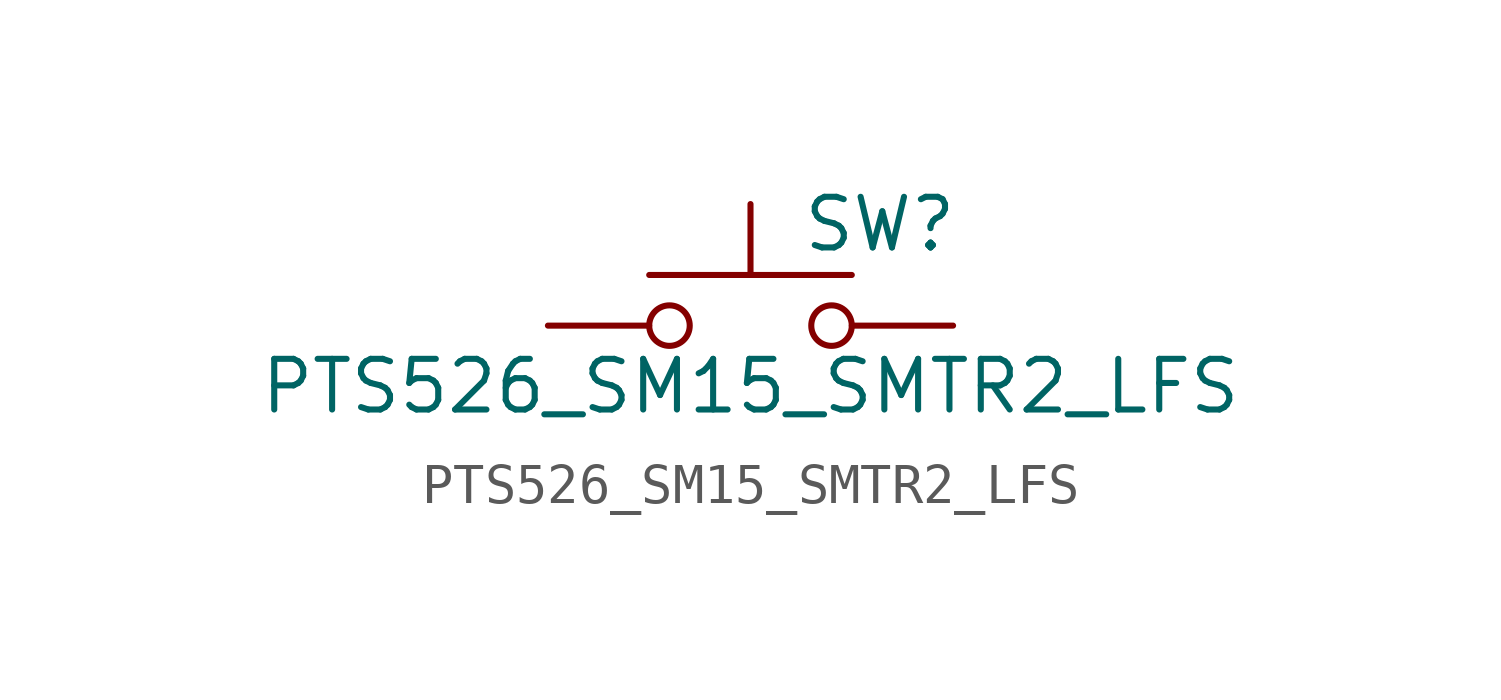
<source format=kicad_sym>
(kicad_symbol_lib
  (version 20211014)
  (generator kicad_symbol_editor)
  (symbol "PTS526_SM15_SMTR2_LFS"
    (pin_numbers hide)
    (pin_names
      (offset 1.016) hide)
    (property "Reference" "SW"
      (at 1.27 2.54 0)
      (effects (font (size 1.27 1.27)) (justify left)))
    (property "Value" "PTS526_SM15_SMTR2_LFS"
      (at 0 -1.524 0)
      (effects (font (size 1.27 1.27))))
    (symbol "PTS526_SM15_SMTR2_LFS_0_1"
      (circle (center -2.032 0) (radius 0.508) (stroke (width 0) (type default) (color 0 0 0 0)) (fill (type none)))
      (polyline (pts (xy 0 1.27) (xy 0 3.048)) (stroke (width 0) (type default) (color 0 0 0 0)) (fill (type none)))
      (polyline (pts (xy 2.54 1.27) (xy -2.54 1.27)) (stroke (width 0) (type default) (color 0 0 0 0)) (fill (type none)))
      (circle (center 2.032 0) (radius 0.508) (stroke (width 0) (type default) (color 0 0 0 0)) (fill (type none)))
      (pin passive line (at -5.08 0 0) (length 2.54) (name "1" (effects (font (size 1.27 1.27)))) (number "1" (effects (font (size 1.27 1.27)))))
      (pin passive line (at 5.08 0 180) (length 2.54) (name "2" (effects (font (size 1.27 1.27)))) (number "2" (effects (font (size 1.27 1.27))))))))
</source>
